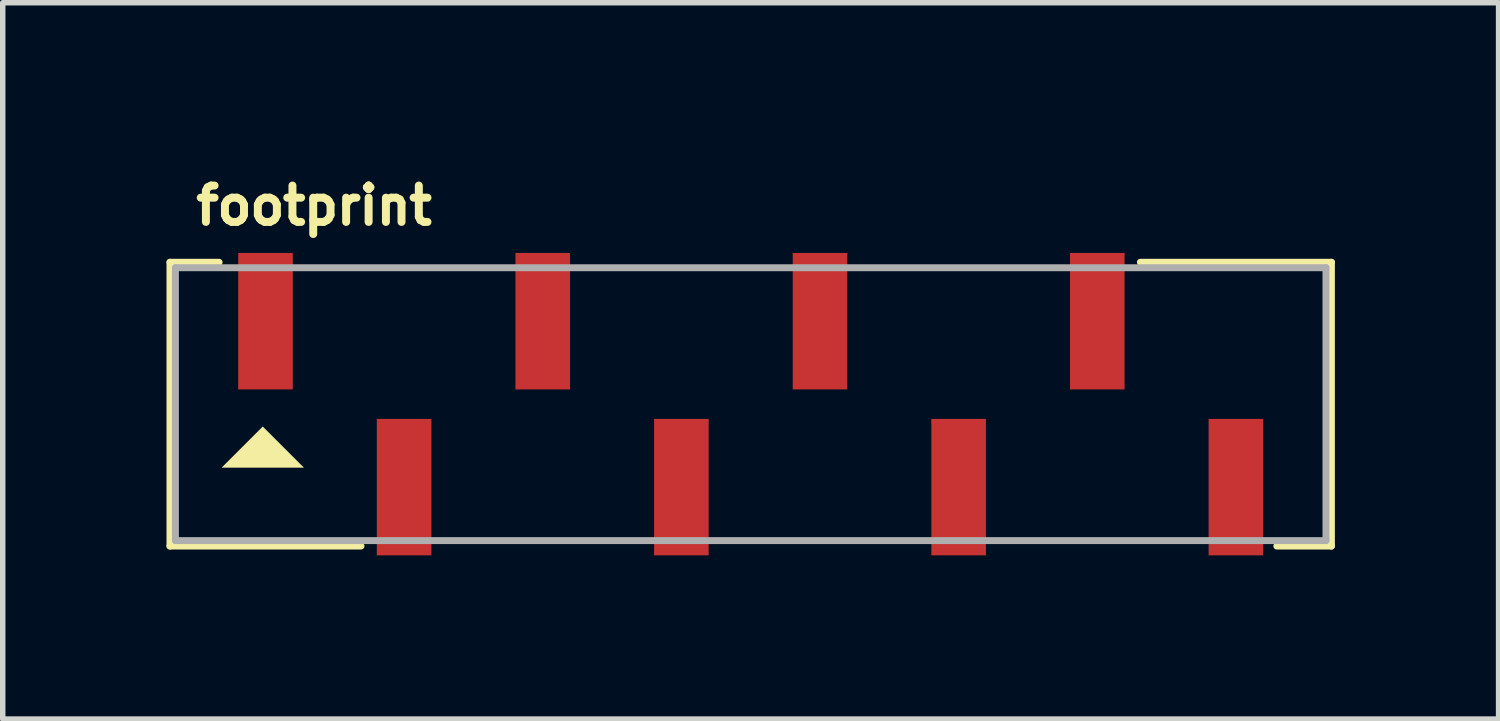
<source format=kicad_pcb>
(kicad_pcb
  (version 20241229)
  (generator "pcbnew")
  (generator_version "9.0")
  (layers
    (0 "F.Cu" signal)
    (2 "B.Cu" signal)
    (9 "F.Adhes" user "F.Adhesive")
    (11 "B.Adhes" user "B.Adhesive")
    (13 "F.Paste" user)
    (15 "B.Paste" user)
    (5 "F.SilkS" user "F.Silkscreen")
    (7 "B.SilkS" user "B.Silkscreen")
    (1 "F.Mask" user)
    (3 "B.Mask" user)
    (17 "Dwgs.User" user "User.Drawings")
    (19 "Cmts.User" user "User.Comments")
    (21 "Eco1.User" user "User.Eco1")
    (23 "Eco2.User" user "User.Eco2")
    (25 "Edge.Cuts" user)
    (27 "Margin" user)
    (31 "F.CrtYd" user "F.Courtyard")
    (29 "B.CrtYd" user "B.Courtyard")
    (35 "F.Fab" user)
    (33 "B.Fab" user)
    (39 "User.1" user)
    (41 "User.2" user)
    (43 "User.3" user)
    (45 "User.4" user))
  (footprint "footprint"
    (layer "F.Cu")
    (at 10.704 4.355)
    (property "Reference" "footprint" (at -10.236 -3.25 0) (layer "F.SilkS") (effects (font (size 0.666 0.666) (thickness 0.146)) (justify left bottom)))
    (fp_line (start -10.64 -2.6) (end -10.64 2.6) (stroke (width 0.127) (type solid)) (layer "F.SilkS"))
    (fp_line (start -10.64 2.6) (end -7.14 2.6) (stroke (width 0.127) (type solid)) (layer "F.SilkS"))
    (fp_line (start -9.74 -2.6) (end -10.64 -2.6) (stroke (width 0.127) (type solid)) (layer "F.SilkS"))
    (fp_line (start 7.14 -2.6) (end 10.64 -2.6) (stroke (width 0.127) (type solid)) (layer "F.SilkS"))
    (fp_line (start 10.64 -2.6) (end 10.64 2.6) (stroke (width 0.127) (type solid)) (layer "F.SilkS"))
    (fp_line (start 10.64 2.6) (end 9.64 2.6) (stroke (width 0.127) (type solid)) (layer "F.SilkS"))
    (fp_poly (pts (xy -8.187 1.163) (xy -9.693 1.163) (xy -8.94 0.41)) (stroke (width 0) (type solid)) (fill yes) (layer "F.SilkS"))
    (fp_line (start -10.54 -2.5) (end 10.54 -2.5) (stroke (width 0.127) (type solid)) (layer "F.Fab"))
    (fp_line (start -10.54 2.5) (end -10.54 -2.5) (stroke (width 0.127) (type solid)) (layer "F.Fab"))
    (fp_line (start 10.54 -2.5) (end 10.54 2.5) (stroke (width 0.127) (type solid)) (layer "F.Fab"))
    (fp_line (start 10.54 2.5) (end -10.54 2.5) (stroke (width 0.127) (type solid)) (layer "F.Fab"))
    (pad "1" smd rect (at -8.89 -1.52) (size 1 2.5) (layers "F.Cu" "F.Mask" "F.Paste"))
    (pad "2" smd rect (at -6.35 1.52) (size 1 2.5) (layers "F.Cu" "F.Mask" "F.Paste"))
    (pad "3" smd rect (at -3.81 -1.52) (size 1 2.5) (layers "F.Cu" "F.Mask" "F.Paste"))
    (pad "4" smd rect (at -1.27 1.52) (size 1 2.5) (layers "F.Cu" "F.Mask" "F.Paste"))
    (pad "5" smd rect (at 1.27 -1.52) (size 1 2.5) (layers "F.Cu" "F.Mask" "F.Paste"))
    (pad "6" smd rect (at 3.81 1.52) (size 1 2.5) (layers "F.Cu" "F.Mask" "F.Paste"))
    (pad "7" smd rect (at 6.35 -1.52) (size 1 2.5) (layers "F.Cu" "F.Mask" "F.Paste"))
    (pad "8" smd rect (at 8.89 1.52) (size 1 2.5) (layers "F.Cu" "F.Mask" "F.Paste")))
  (gr_rect
    (start -3 -3)
    (end 24.407 10.125)
    (stroke (width 0.1) (type default))
    (fill no)
    (layer "Edge.Cuts")))
</source>
